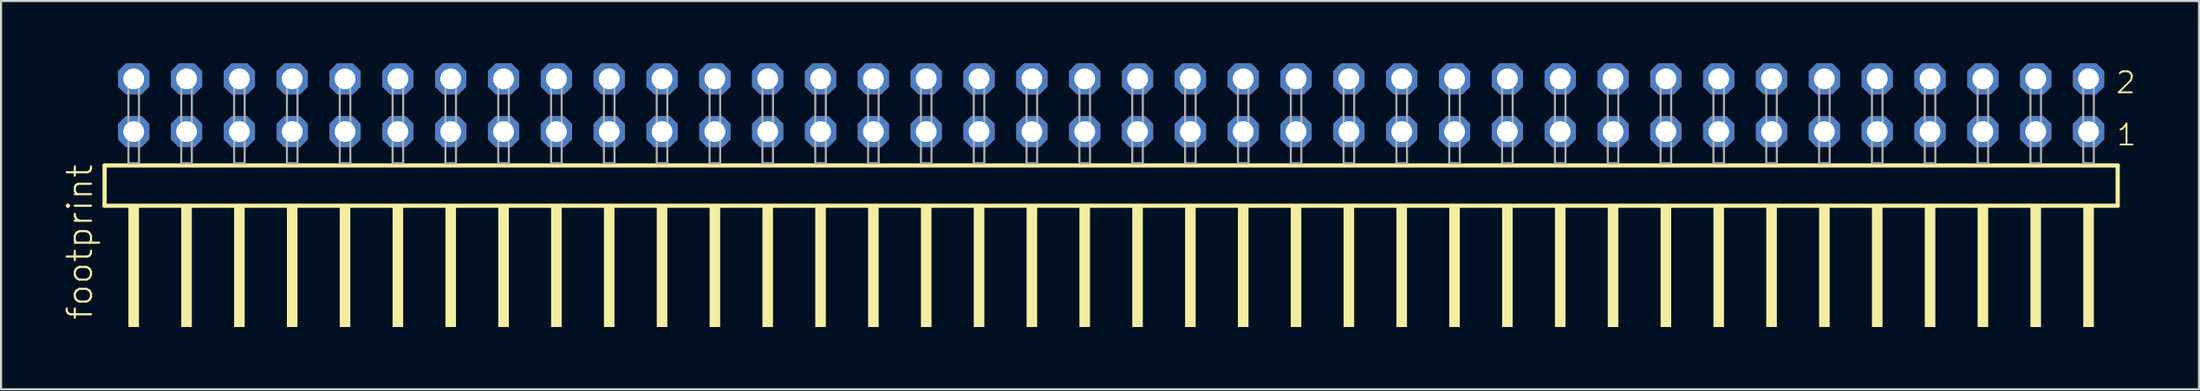
<source format=kicad_pcb>
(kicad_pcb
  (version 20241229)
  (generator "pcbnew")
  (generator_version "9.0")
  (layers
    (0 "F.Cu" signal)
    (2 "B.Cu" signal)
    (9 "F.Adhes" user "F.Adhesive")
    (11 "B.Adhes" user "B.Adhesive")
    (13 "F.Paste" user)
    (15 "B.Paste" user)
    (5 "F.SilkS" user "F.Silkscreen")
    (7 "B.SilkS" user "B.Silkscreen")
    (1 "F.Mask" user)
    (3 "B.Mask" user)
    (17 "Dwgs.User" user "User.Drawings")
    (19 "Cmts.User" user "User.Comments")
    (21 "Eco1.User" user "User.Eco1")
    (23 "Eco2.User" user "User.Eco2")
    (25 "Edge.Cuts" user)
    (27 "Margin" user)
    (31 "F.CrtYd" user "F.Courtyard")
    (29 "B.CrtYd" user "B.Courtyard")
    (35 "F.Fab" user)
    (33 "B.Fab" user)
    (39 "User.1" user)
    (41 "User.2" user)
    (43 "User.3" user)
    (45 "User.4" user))
  (footprint "footprint"
    (layer "F.Cu")
    (at 50.368 4.814)
    (property "Reference" "footprint" (at -48.895 7.62 90) (layer "F.SilkS") (effects (font (size 1.168 1.168) (thickness 0.102)) (justify left bottom)))
    (fp_line (start -48.389 0.106) (end -48.389 2.046) (stroke (width 0.203) (type solid)) (layer "F.SilkS"))
    (fp_line (start -48.389 2.046) (end 48.389 2.046) (stroke (width 0.203) (type solid)) (layer "F.SilkS"))
    (fp_line (start 48.389 0.106) (end -48.389 0.106) (stroke (width 0.203) (type solid)) (layer "F.SilkS"))
    (fp_line (start 48.389 2.046) (end 48.389 0.106) (stroke (width 0.203) (type solid)) (layer "F.SilkS"))
    (fp_poly (pts (xy -47.244 7.89) (xy -46.736 7.89) (xy -46.736 2.04) (xy -47.244 2.04)) (stroke (width 0) (type solid)) (fill yes) (layer "F.SilkS"))
    (fp_poly (pts (xy -44.704 7.89) (xy -44.196 7.89) (xy -44.196 2.04) (xy -44.704 2.04)) (stroke (width 0) (type solid)) (fill yes) (layer "F.SilkS"))
    (fp_poly (pts (xy -42.164 7.89) (xy -41.656 7.89) (xy -41.656 2.04) (xy -42.164 2.04)) (stroke (width 0) (type solid)) (fill yes) (layer "F.SilkS"))
    (fp_poly (pts (xy -39.624 7.89) (xy -39.116 7.89) (xy -39.116 2.04) (xy -39.624 2.04)) (stroke (width 0) (type solid)) (fill yes) (layer "F.SilkS"))
    (fp_poly (pts (xy -37.084 7.89) (xy -36.576 7.89) (xy -36.576 2.04) (xy -37.084 2.04)) (stroke (width 0) (type solid)) (fill yes) (layer "F.SilkS"))
    (fp_poly (pts (xy -34.544 7.89) (xy -34.036 7.89) (xy -34.036 2.04) (xy -34.544 2.04)) (stroke (width 0) (type solid)) (fill yes) (layer "F.SilkS"))
    (fp_poly (pts (xy -32.004 7.89) (xy -31.496 7.89) (xy -31.496 2.04) (xy -32.004 2.04)) (stroke (width 0) (type solid)) (fill yes) (layer "F.SilkS"))
    (fp_poly (pts (xy -29.464 7.89) (xy -28.956 7.89) (xy -28.956 2.04) (xy -29.464 2.04)) (stroke (width 0) (type solid)) (fill yes) (layer "F.SilkS"))
    (fp_poly (pts (xy -26.924 7.89) (xy -26.416 7.89) (xy -26.416 2.04) (xy -26.924 2.04)) (stroke (width 0) (type solid)) (fill yes) (layer "F.SilkS"))
    (fp_poly (pts (xy -24.384 7.89) (xy -23.876 7.89) (xy -23.876 2.04) (xy -24.384 2.04)) (stroke (width 0) (type solid)) (fill yes) (layer "F.SilkS"))
    (fp_poly (pts (xy -21.844 7.89) (xy -21.336 7.89) (xy -21.336 2.04) (xy -21.844 2.04)) (stroke (width 0) (type solid)) (fill yes) (layer "F.SilkS"))
    (fp_poly (pts (xy -19.304 7.89) (xy -18.796 7.89) (xy -18.796 2.04) (xy -19.304 2.04)) (stroke (width 0) (type solid)) (fill yes) (layer "F.SilkS"))
    (fp_poly (pts (xy -16.764 7.89) (xy -16.256 7.89) (xy -16.256 2.04) (xy -16.764 2.04)) (stroke (width 0) (type solid)) (fill yes) (layer "F.SilkS"))
    (fp_poly (pts (xy -14.224 7.89) (xy -13.716 7.89) (xy -13.716 2.04) (xy -14.224 2.04)) (stroke (width 0) (type solid)) (fill yes) (layer "F.SilkS"))
    (fp_poly (pts (xy -11.684 7.89) (xy -11.176 7.89) (xy -11.176 2.04) (xy -11.684 2.04)) (stroke (width 0) (type solid)) (fill yes) (layer "F.SilkS"))
    (fp_poly (pts (xy -9.144 7.89) (xy -8.636 7.89) (xy -8.636 2.04) (xy -9.144 2.04)) (stroke (width 0) (type solid)) (fill yes) (layer "F.SilkS"))
    (fp_poly (pts (xy -6.604 7.89) (xy -6.096 7.89) (xy -6.096 2.04) (xy -6.604 2.04)) (stroke (width 0) (type solid)) (fill yes) (layer "F.SilkS"))
    (fp_poly (pts (xy -4.064 7.89) (xy -3.556 7.89) (xy -3.556 2.04) (xy -4.064 2.04)) (stroke (width 0) (type solid)) (fill yes) (layer "F.SilkS"))
    (fp_poly (pts (xy -1.524 7.89) (xy -1.016 7.89) (xy -1.016 2.04) (xy -1.524 2.04)) (stroke (width 0) (type solid)) (fill yes) (layer "F.SilkS"))
    (fp_poly (pts (xy 1.016 7.89) (xy 1.524 7.89) (xy 1.524 2.04) (xy 1.016 2.04)) (stroke (width 0) (type solid)) (fill yes) (layer "F.SilkS"))
    (fp_poly (pts (xy 3.556 7.89) (xy 4.064 7.89) (xy 4.064 2.04) (xy 3.556 2.04)) (stroke (width 0) (type solid)) (fill yes) (layer "F.SilkS"))
    (fp_poly (pts (xy 6.096 7.89) (xy 6.604 7.89) (xy 6.604 2.04) (xy 6.096 2.04)) (stroke (width 0) (type solid)) (fill yes) (layer "F.SilkS"))
    (fp_poly (pts (xy 8.636 7.89) (xy 9.144 7.89) (xy 9.144 2.04) (xy 8.636 2.04)) (stroke (width 0) (type solid)) (fill yes) (layer "F.SilkS"))
    (fp_poly (pts (xy 11.176 7.89) (xy 11.684 7.89) (xy 11.684 2.04) (xy 11.176 2.04)) (stroke (width 0) (type solid)) (fill yes) (layer "F.SilkS"))
    (fp_poly (pts (xy 13.716 7.89) (xy 14.224 7.89) (xy 14.224 2.04) (xy 13.716 2.04)) (stroke (width 0) (type solid)) (fill yes) (layer "F.SilkS"))
    (fp_poly (pts (xy 16.256 7.89) (xy 16.764 7.89) (xy 16.764 2.04) (xy 16.256 2.04)) (stroke (width 0) (type solid)) (fill yes) (layer "F.SilkS"))
    (fp_poly (pts (xy 18.796 7.89) (xy 19.304 7.89) (xy 19.304 2.04) (xy 18.796 2.04)) (stroke (width 0) (type solid)) (fill yes) (layer "F.SilkS"))
    (fp_poly (pts (xy 21.336 7.89) (xy 21.844 7.89) (xy 21.844 2.04) (xy 21.336 2.04)) (stroke (width 0) (type solid)) (fill yes) (layer "F.SilkS"))
    (fp_poly (pts (xy 23.876 7.89) (xy 24.384 7.89) (xy 24.384 2.04) (xy 23.876 2.04)) (stroke (width 0) (type solid)) (fill yes) (layer "F.SilkS"))
    (fp_poly (pts (xy 26.416 7.89) (xy 26.924 7.89) (xy 26.924 2.04) (xy 26.416 2.04)) (stroke (width 0) (type solid)) (fill yes) (layer "F.SilkS"))
    (fp_poly (pts (xy 28.956 7.89) (xy 29.464 7.89) (xy 29.464 2.04) (xy 28.956 2.04)) (stroke (width 0) (type solid)) (fill yes) (layer "F.SilkS"))
    (fp_poly (pts (xy 31.496 7.89) (xy 32.004 7.89) (xy 32.004 2.04) (xy 31.496 2.04)) (stroke (width 0) (type solid)) (fill yes) (layer "F.SilkS"))
    (fp_poly (pts (xy 34.036 7.89) (xy 34.544 7.89) (xy 34.544 2.04) (xy 34.036 2.04)) (stroke (width 0) (type solid)) (fill yes) (layer "F.SilkS"))
    (fp_poly (pts (xy 36.576 7.89) (xy 37.084 7.89) (xy 37.084 2.04) (xy 36.576 2.04)) (stroke (width 0) (type solid)) (fill yes) (layer "F.SilkS"))
    (fp_poly (pts (xy 39.116 7.89) (xy 39.624 7.89) (xy 39.624 2.04) (xy 39.116 2.04)) (stroke (width 0) (type solid)) (fill yes) (layer "F.SilkS"))
    (fp_poly (pts (xy 41.656 7.89) (xy 42.164 7.89) (xy 42.164 2.04) (xy 41.656 2.04)) (stroke (width 0) (type solid)) (fill yes) (layer "F.SilkS"))
    (fp_poly (pts (xy 44.196 7.89) (xy 44.704 7.89) (xy 44.704 2.04) (xy 44.196 2.04)) (stroke (width 0) (type solid)) (fill yes) (layer "F.SilkS"))
    (fp_poly (pts (xy 46.736 7.89) (xy 47.244 7.89) (xy 47.244 2.04) (xy 46.736 2.04)) (stroke (width 0) (type solid)) (fill yes) (layer "F.SilkS"))
    (fp_poly (pts (xy -47.244 0) (xy -46.736 0) (xy -46.736 -4.318) (xy -47.244 -4.318)) (stroke (width 0.1) (type solid)) (fill no) (layer "F.Fab"))
    (fp_poly (pts (xy -44.704 0) (xy -44.196 0) (xy -44.196 -4.318) (xy -44.704 -4.318)) (stroke (width 0.1) (type solid)) (fill no) (layer "F.Fab"))
    (fp_poly (pts (xy -42.164 0) (xy -41.656 0) (xy -41.656 -4.318) (xy -42.164 -4.318)) (stroke (width 0.1) (type solid)) (fill no) (layer "F.Fab"))
    (fp_poly (pts (xy -39.624 0) (xy -39.116 0) (xy -39.116 -4.318) (xy -39.624 -4.318)) (stroke (width 0.1) (type solid)) (fill no) (layer "F.Fab"))
    (fp_poly (pts (xy -37.084 0) (xy -36.576 0) (xy -36.576 -4.318) (xy -37.084 -4.318)) (stroke (width 0.1) (type solid)) (fill no) (layer "F.Fab"))
    (fp_poly (pts (xy -34.544 0) (xy -34.036 0) (xy -34.036 -4.318) (xy -34.544 -4.318)) (stroke (width 0.1) (type solid)) (fill no) (layer "F.Fab"))
    (fp_poly (pts (xy -32.004 0) (xy -31.496 0) (xy -31.496 -4.318) (xy -32.004 -4.318)) (stroke (width 0.1) (type solid)) (fill no) (layer "F.Fab"))
    (fp_poly (pts (xy -29.464 0) (xy -28.956 0) (xy -28.956 -4.318) (xy -29.464 -4.318)) (stroke (width 0.1) (type solid)) (fill no) (layer "F.Fab"))
    (fp_poly (pts (xy -26.924 0) (xy -26.416 0) (xy -26.416 -4.318) (xy -26.924 -4.318)) (stroke (width 0.1) (type solid)) (fill no) (layer "F.Fab"))
    (fp_poly (pts (xy -24.384 0) (xy -23.876 0) (xy -23.876 -4.318) (xy -24.384 -4.318)) (stroke (width 0.1) (type solid)) (fill no) (layer "F.Fab"))
    (fp_poly (pts (xy -21.844 0) (xy -21.336 0) (xy -21.336 -4.318) (xy -21.844 -4.318)) (stroke (width 0.1) (type solid)) (fill no) (layer "F.Fab"))
    (fp_poly (pts (xy -19.304 0) (xy -18.796 0) (xy -18.796 -4.318) (xy -19.304 -4.318)) (stroke (width 0.1) (type solid)) (fill no) (layer "F.Fab"))
    (fp_poly (pts (xy -16.764 0) (xy -16.256 0) (xy -16.256 -4.318) (xy -16.764 -4.318)) (stroke (width 0.1) (type solid)) (fill no) (layer "F.Fab"))
    (fp_poly (pts (xy -14.224 0) (xy -13.716 0) (xy -13.716 -4.318) (xy -14.224 -4.318)) (stroke (width 0.1) (type solid)) (fill no) (layer "F.Fab"))
    (fp_poly (pts (xy -11.684 0) (xy -11.176 0) (xy -11.176 -4.318) (xy -11.684 -4.318)) (stroke (width 0.1) (type solid)) (fill no) (layer "F.Fab"))
    (fp_poly (pts (xy -9.144 0) (xy -8.636 0) (xy -8.636 -4.318) (xy -9.144 -4.318)) (stroke (width 0.1) (type solid)) (fill no) (layer "F.Fab"))
    (fp_poly (pts (xy -6.604 0) (xy -6.096 0) (xy -6.096 -4.318) (xy -6.604 -4.318)) (stroke (width 0.1) (type solid)) (fill no) (layer "F.Fab"))
    (fp_poly (pts (xy -4.064 0) (xy -3.556 0) (xy -3.556 -4.318) (xy -4.064 -4.318)) (stroke (width 0.1) (type solid)) (fill no) (layer "F.Fab"))
    (fp_poly (pts (xy -1.524 0) (xy -1.016 0) (xy -1.016 -4.318) (xy -1.524 -4.318)) (stroke (width 0.1) (type solid)) (fill no) (layer "F.Fab"))
    (fp_poly (pts (xy 1.016 0) (xy 1.524 0) (xy 1.524 -4.318) (xy 1.016 -4.318)) (stroke (width 0.1) (type solid)) (fill no) (layer "F.Fab"))
    (fp_poly (pts (xy 3.556 0) (xy 4.064 0) (xy 4.064 -4.318) (xy 3.556 -4.318)) (stroke (width 0.1) (type solid)) (fill no) (layer "F.Fab"))
    (fp_poly (pts (xy 6.096 0) (xy 6.604 0) (xy 6.604 -4.318) (xy 6.096 -4.318)) (stroke (width 0.1) (type solid)) (fill no) (layer "F.Fab"))
    (fp_poly (pts (xy 8.636 0) (xy 9.144 0) (xy 9.144 -4.318) (xy 8.636 -4.318)) (stroke (width 0.1) (type solid)) (fill no) (layer "F.Fab"))
    (fp_poly (pts (xy 11.176 0) (xy 11.684 0) (xy 11.684 -4.318) (xy 11.176 -4.318)) (stroke (width 0.1) (type solid)) (fill no) (layer "F.Fab"))
    (fp_poly (pts (xy 13.716 0) (xy 14.224 0) (xy 14.224 -4.318) (xy 13.716 -4.318)) (stroke (width 0.1) (type solid)) (fill no) (layer "F.Fab"))
    (fp_poly (pts (xy 16.256 0) (xy 16.764 0) (xy 16.764 -4.318) (xy 16.256 -4.318)) (stroke (width 0.1) (type solid)) (fill no) (layer "F.Fab"))
    (fp_poly (pts (xy 18.796 0) (xy 19.304 0) (xy 19.304 -4.318) (xy 18.796 -4.318)) (stroke (width 0.1) (type solid)) (fill no) (layer "F.Fab"))
    (fp_poly (pts (xy 21.336 0) (xy 21.844 0) (xy 21.844 -4.318) (xy 21.336 -4.318)) (stroke (width 0.1) (type solid)) (fill no) (layer "F.Fab"))
    (fp_poly (pts (xy 23.876 0) (xy 24.384 0) (xy 24.384 -4.318) (xy 23.876 -4.318)) (stroke (width 0.1) (type solid)) (fill no) (layer "F.Fab"))
    (fp_poly (pts (xy 26.416 0) (xy 26.924 0) (xy 26.924 -4.318) (xy 26.416 -4.318)) (stroke (width 0.1) (type solid)) (fill no) (layer "F.Fab"))
    (fp_poly (pts (xy 28.956 0) (xy 29.464 0) (xy 29.464 -4.318) (xy 28.956 -4.318)) (stroke (width 0.1) (type solid)) (fill no) (layer "F.Fab"))
    (fp_poly (pts (xy 31.496 0) (xy 32.004 0) (xy 32.004 -4.318) (xy 31.496 -4.318)) (stroke (width 0.1) (type solid)) (fill no) (layer "F.Fab"))
    (fp_poly (pts (xy 34.036 0) (xy 34.544 0) (xy 34.544 -4.318) (xy 34.036 -4.318)) (stroke (width 0.1) (type solid)) (fill no) (layer "F.Fab"))
    (fp_poly (pts (xy 36.576 0) (xy 37.084 0) (xy 37.084 -4.318) (xy 36.576 -4.318)) (stroke (width 0.1) (type solid)) (fill no) (layer "F.Fab"))
    (fp_poly (pts (xy 39.116 0) (xy 39.624 0) (xy 39.624 -4.318) (xy 39.116 -4.318)) (stroke (width 0.1) (type solid)) (fill no) (layer "F.Fab"))
    (fp_poly (pts (xy 41.656 0) (xy 42.164 0) (xy 42.164 -4.318) (xy 41.656 -4.318)) (stroke (width 0.1) (type solid)) (fill no) (layer "F.Fab"))
    (fp_poly (pts (xy 44.196 0) (xy 44.704 0) (xy 44.704 -4.318) (xy 44.196 -4.318)) (stroke (width 0.1) (type solid)) (fill no) (layer "F.Fab"))
    (fp_poly (pts (xy 46.736 0) (xy 47.244 0) (xy 47.244 -4.318) (xy 46.736 -4.318)) (stroke (width 0.1) (type solid)) (fill no) (layer "F.Fab"))
    (fp_text user "2" (at 48.24 -3.29 0) (layer "F.SilkS") (effects (font (size 1.012 1.012) (thickness 0.088)) (justify left bottom)))
    (fp_text user "1" (at 48.275 -0.775 0) (layer "F.SilkS") (effects (font (size 1.012 1.012) (thickness 0.088)) (justify left bottom)))
    (pad "1" thru_hole roundrect (at 46.99 -1.524 180) (size 1.5 1.5) (drill 1) (layers "*.Cu" "*.Mask") (roundrect_rratio 0.25) (chamfer_ratio 0.25) (chamfer top_left top_right bottom_left bottom_right))
    (pad "2" thru_hole roundrect (at 46.99 -4.064 180) (size 1.5 1.5) (drill 1) (layers "*.Cu" "*.Mask") (roundrect_rratio 0.25) (chamfer_ratio 0.25) (chamfer top_left top_right bottom_left bottom_right))
    (pad "3" thru_hole roundrect (at 44.45 -1.524 180) (size 1.5 1.5) (drill 1) (layers "*.Cu" "*.Mask") (roundrect_rratio 0.25) (chamfer_ratio 0.25) (chamfer top_left top_right bottom_left bottom_right))
    (pad "4" thru_hole roundrect (at 44.45 -4.064 180) (size 1.5 1.5) (drill 1) (layers "*.Cu" "*.Mask") (roundrect_rratio 0.25) (chamfer_ratio 0.25) (chamfer top_left top_right bottom_left bottom_right))
    (pad "5" thru_hole roundrect (at 41.91 -1.524 180) (size 1.5 1.5) (drill 1) (layers "*.Cu" "*.Mask") (roundrect_rratio 0.25) (chamfer_ratio 0.25) (chamfer top_left top_right bottom_left bottom_right))
    (pad "6" thru_hole roundrect (at 41.91 -4.064 180) (size 1.5 1.5) (drill 1) (layers "*.Cu" "*.Mask") (roundrect_rratio 0.25) (chamfer_ratio 0.25) (chamfer top_left top_right bottom_left bottom_right))
    (pad "7" thru_hole roundrect (at 39.37 -1.524 180) (size 1.5 1.5) (drill 1) (layers "*.Cu" "*.Mask") (roundrect_rratio 0.25) (chamfer_ratio 0.25) (chamfer top_left top_right bottom_left bottom_right))
    (pad "8" thru_hole roundrect (at 39.37 -4.064 180) (size 1.5 1.5) (drill 1) (layers "*.Cu" "*.Mask") (roundrect_rratio 0.25) (chamfer_ratio 0.25) (chamfer top_left top_right bottom_left bottom_right))
    (pad "9" thru_hole roundrect (at 36.83 -1.524 180) (size 1.5 1.5) (drill 1) (layers "*.Cu" "*.Mask") (roundrect_rratio 0.25) (chamfer_ratio 0.25) (chamfer top_left top_right bottom_left bottom_right))
    (pad "10" thru_hole roundrect (at 36.83 -4.064 180) (size 1.5 1.5) (drill 1) (layers "*.Cu" "*.Mask") (roundrect_rratio 0.25) (chamfer_ratio 0.25) (chamfer top_left top_right bottom_left bottom_right))
    (pad "11" thru_hole roundrect (at 34.29 -1.524 180) (size 1.5 1.5) (drill 1) (layers "*.Cu" "*.Mask") (roundrect_rratio 0.25) (chamfer_ratio 0.25) (chamfer top_left top_right bottom_left bottom_right))
    (pad "12" thru_hole roundrect (at 34.29 -4.064 180) (size 1.5 1.5) (drill 1) (layers "*.Cu" "*.Mask") (roundrect_rratio 0.25) (chamfer_ratio 0.25) (chamfer top_left top_right bottom_left bottom_right))
    (pad "13" thru_hole roundrect (at 31.75 -1.524 180) (size 1.5 1.5) (drill 1) (layers "*.Cu" "*.Mask") (roundrect_rratio 0.25) (chamfer_ratio 0.25) (chamfer top_left top_right bottom_left bottom_right))
    (pad "14" thru_hole roundrect (at 31.75 -4.064 180) (size 1.5 1.5) (drill 1) (layers "*.Cu" "*.Mask") (roundrect_rratio 0.25) (chamfer_ratio 0.25) (chamfer top_left top_right bottom_left bottom_right))
    (pad "15" thru_hole roundrect (at 29.21 -1.524 180) (size 1.5 1.5) (drill 1) (layers "*.Cu" "*.Mask") (roundrect_rratio 0.25) (chamfer_ratio 0.25) (chamfer top_left top_right bottom_left bottom_right))
    (pad "16" thru_hole roundrect (at 29.21 -4.064 180) (size 1.5 1.5) (drill 1) (layers "*.Cu" "*.Mask") (roundrect_rratio 0.25) (chamfer_ratio 0.25) (chamfer top_left top_right bottom_left bottom_right))
    (pad "17" thru_hole roundrect (at 26.67 -1.524 180) (size 1.5 1.5) (drill 1) (layers "*.Cu" "*.Mask") (roundrect_rratio 0.25) (chamfer_ratio 0.25) (chamfer top_left top_right bottom_left bottom_right))
    (pad "18" thru_hole roundrect (at 26.67 -4.064 180) (size 1.5 1.5) (drill 1) (layers "*.Cu" "*.Mask") (roundrect_rratio 0.25) (chamfer_ratio 0.25) (chamfer top_left top_right bottom_left bottom_right))
    (pad "19" thru_hole roundrect (at 24.13 -1.524 180) (size 1.5 1.5) (drill 1) (layers "*.Cu" "*.Mask") (roundrect_rratio 0.25) (chamfer_ratio 0.25) (chamfer top_left top_right bottom_left bottom_right))
    (pad "20" thru_hole roundrect (at 24.13 -4.064 180) (size 1.5 1.5) (drill 1) (layers "*.Cu" "*.Mask") (roundrect_rratio 0.25) (chamfer_ratio 0.25) (chamfer top_left top_right bottom_left bottom_right))
    (pad "21" thru_hole roundrect (at 21.59 -1.524 180) (size 1.5 1.5) (drill 1) (layers "*.Cu" "*.Mask") (roundrect_rratio 0.25) (chamfer_ratio 0.25) (chamfer top_left top_right bottom_left bottom_right))
    (pad "22" thru_hole roundrect (at 21.59 -4.064 180) (size 1.5 1.5) (drill 1) (layers "*.Cu" "*.Mask") (roundrect_rratio 0.25) (chamfer_ratio 0.25) (chamfer top_left top_right bottom_left bottom_right))
    (pad "23" thru_hole roundrect (at 19.05 -1.524 180) (size 1.5 1.5) (drill 1) (layers "*.Cu" "*.Mask") (roundrect_rratio 0.25) (chamfer_ratio 0.25) (chamfer top_left top_right bottom_left bottom_right))
    (pad "24" thru_hole roundrect (at 19.05 -4.064 180) (size 1.5 1.5) (drill 1) (layers "*.Cu" "*.Mask") (roundrect_rratio 0.25) (chamfer_ratio 0.25) (chamfer top_left top_right bottom_left bottom_right))
    (pad "25" thru_hole roundrect (at 16.51 -1.524 180) (size 1.5 1.5) (drill 1) (layers "*.Cu" "*.Mask") (roundrect_rratio 0.25) (chamfer_ratio 0.25) (chamfer top_left top_right bottom_left bottom_right))
    (pad "26" thru_hole roundrect (at 16.51 -4.064 180) (size 1.5 1.5) (drill 1) (layers "*.Cu" "*.Mask") (roundrect_rratio 0.25) (chamfer_ratio 0.25) (chamfer top_left top_right bottom_left bottom_right))
    (pad "27" thru_hole roundrect (at 13.97 -1.524 180) (size 1.5 1.5) (drill 1) (layers "*.Cu" "*.Mask") (roundrect_rratio 0.25) (chamfer_ratio 0.25) (chamfer top_left top_right bottom_left bottom_right))
    (pad "28" thru_hole roundrect (at 13.97 -4.064 180) (size 1.5 1.5) (drill 1) (layers "*.Cu" "*.Mask") (roundrect_rratio 0.25) (chamfer_ratio 0.25) (chamfer top_left top_right bottom_left bottom_right))
    (pad "29" thru_hole roundrect (at 11.43 -1.524 180) (size 1.5 1.5) (drill 1) (layers "*.Cu" "*.Mask") (roundrect_rratio 0.25) (chamfer_ratio 0.25) (chamfer top_left top_right bottom_left bottom_right))
    (pad "30" thru_hole roundrect (at 11.43 -4.064 180) (size 1.5 1.5) (drill 1) (layers "*.Cu" "*.Mask") (roundrect_rratio 0.25) (chamfer_ratio 0.25) (chamfer top_left top_right bottom_left bottom_right))
    (pad "31" thru_hole roundrect (at 8.89 -1.524 180) (size 1.5 1.5) (drill 1) (layers "*.Cu" "*.Mask") (roundrect_rratio 0.25) (chamfer_ratio 0.25) (chamfer top_left top_right bottom_left bottom_right))
    (pad "32" thru_hole roundrect (at 8.89 -4.064 180) (size 1.5 1.5) (drill 1) (layers "*.Cu" "*.Mask") (roundrect_rratio 0.25) (chamfer_ratio 0.25) (chamfer top_left top_right bottom_left bottom_right))
    (pad "33" thru_hole roundrect (at 6.35 -1.524 180) (size 1.5 1.5) (drill 1) (layers "*.Cu" "*.Mask") (roundrect_rratio 0.25) (chamfer_ratio 0.25) (chamfer top_left top_right bottom_left bottom_right))
    (pad "34" thru_hole roundrect (at 6.35 -4.064 180) (size 1.5 1.5) (drill 1) (layers "*.Cu" "*.Mask") (roundrect_rratio 0.25) (chamfer_ratio 0.25) (chamfer top_left top_right bottom_left bottom_right))
    (pad "35" thru_hole roundrect (at 3.81 -1.524 180) (size 1.5 1.5) (drill 1) (layers "*.Cu" "*.Mask") (roundrect_rratio 0.25) (chamfer_ratio 0.25) (chamfer top_left top_right bottom_left bottom_right))
    (pad "36" thru_hole roundrect (at 3.81 -4.064 180) (size 1.5 1.5) (drill 1) (layers "*.Cu" "*.Mask") (roundrect_rratio 0.25) (chamfer_ratio 0.25) (chamfer top_left top_right bottom_left bottom_right))
    (pad "37" thru_hole roundrect (at 1.27 -1.524 180) (size 1.5 1.5) (drill 1) (layers "*.Cu" "*.Mask") (roundrect_rratio 0.25) (chamfer_ratio 0.25) (chamfer top_left top_right bottom_left bottom_right))
    (pad "38" thru_hole roundrect (at 1.27 -4.064 180) (size 1.5 1.5) (drill 1) (layers "*.Cu" "*.Mask") (roundrect_rratio 0.25) (chamfer_ratio 0.25) (chamfer top_left top_right bottom_left bottom_right))
    (pad "39" thru_hole roundrect (at -1.27 -1.524 180) (size 1.5 1.5) (drill 1) (layers "*.Cu" "*.Mask") (roundrect_rratio 0.25) (chamfer_ratio 0.25) (chamfer top_left top_right bottom_left bottom_right))
    (pad "40" thru_hole roundrect (at -1.27 -4.064 180) (size 1.5 1.5) (drill 1) (layers "*.Cu" "*.Mask") (roundrect_rratio 0.25) (chamfer_ratio 0.25) (chamfer top_left top_right bottom_left bottom_right))
    (pad "41" thru_hole roundrect (at -3.81 -1.524 180) (size 1.5 1.5) (drill 1) (layers "*.Cu" "*.Mask") (roundrect_rratio 0.25) (chamfer_ratio 0.25) (chamfer top_left top_right bottom_left bottom_right))
    (pad "42" thru_hole roundrect (at -3.81 -4.064 180) (size 1.5 1.5) (drill 1) (layers "*.Cu" "*.Mask") (roundrect_rratio 0.25) (chamfer_ratio 0.25) (chamfer top_left top_right bottom_left bottom_right))
    (pad "43" thru_hole roundrect (at -6.35 -1.524 180) (size 1.5 1.5) (drill 1) (layers "*.Cu" "*.Mask") (roundrect_rratio 0.25) (chamfer_ratio 0.25) (chamfer top_left top_right bottom_left bottom_right))
    (pad "44" thru_hole roundrect (at -6.35 -4.064 180) (size 1.5 1.5) (drill 1) (layers "*.Cu" "*.Mask") (roundrect_rratio 0.25) (chamfer_ratio 0.25) (chamfer top_left top_right bottom_left bottom_right))
    (pad "45" thru_hole roundrect (at -8.89 -1.524 180) (size 1.5 1.5) (drill 1) (layers "*.Cu" "*.Mask") (roundrect_rratio 0.25) (chamfer_ratio 0.25) (chamfer top_left top_right bottom_left bottom_right))
    (pad "46" thru_hole roundrect (at -8.89 -4.064 180) (size 1.5 1.5) (drill 1) (layers "*.Cu" "*.Mask") (roundrect_rratio 0.25) (chamfer_ratio 0.25) (chamfer top_left top_right bottom_left bottom_right))
    (pad "47" thru_hole roundrect (at -11.43 -1.524 180) (size 1.5 1.5) (drill 1) (layers "*.Cu" "*.Mask") (roundrect_rratio 0.25) (chamfer_ratio 0.25) (chamfer top_left top_right bottom_left bottom_right))
    (pad "48" thru_hole roundrect (at -11.43 -4.064 180) (size 1.5 1.5) (drill 1) (layers "*.Cu" "*.Mask") (roundrect_rratio 0.25) (chamfer_ratio 0.25) (chamfer top_left top_right bottom_left bottom_right))
    (pad "49" thru_hole roundrect (at -13.97 -1.524 180) (size 1.5 1.5) (drill 1) (layers "*.Cu" "*.Mask") (roundrect_rratio 0.25) (chamfer_ratio 0.25) (chamfer top_left top_right bottom_left bottom_right))
    (pad "50" thru_hole roundrect (at -13.97 -4.064 180) (size 1.5 1.5) (drill 1) (layers "*.Cu" "*.Mask") (roundrect_rratio 0.25) (chamfer_ratio 0.25) (chamfer top_left top_right bottom_left bottom_right))
    (pad "51" thru_hole roundrect (at -16.51 -1.524 180) (size 1.5 1.5) (drill 1) (layers "*.Cu" "*.Mask") (roundrect_rratio 0.25) (chamfer_ratio 0.25) (chamfer top_left top_right bottom_left bottom_right))
    (pad "52" thru_hole roundrect (at -16.51 -4.064 180) (size 1.5 1.5) (drill 1) (layers "*.Cu" "*.Mask") (roundrect_rratio 0.25) (chamfer_ratio 0.25) (chamfer top_left top_right bottom_left bottom_right))
    (pad "53" thru_hole roundrect (at -19.05 -1.524 180) (size 1.5 1.5) (drill 1) (layers "*.Cu" "*.Mask") (roundrect_rratio 0.25) (chamfer_ratio 0.25) (chamfer top_left top_right bottom_left bottom_right))
    (pad "54" thru_hole roundrect (at -19.05 -4.064 180) (size 1.5 1.5) (drill 1) (layers "*.Cu" "*.Mask") (roundrect_rratio 0.25) (chamfer_ratio 0.25) (chamfer top_left top_right bottom_left bottom_right))
    (pad "55" thru_hole roundrect (at -21.59 -1.524 180) (size 1.5 1.5) (drill 1) (layers "*.Cu" "*.Mask") (roundrect_rratio 0.25) (chamfer_ratio 0.25) (chamfer top_left top_right bottom_left bottom_right))
    (pad "56" thru_hole roundrect (at -21.59 -4.064 180) (size 1.5 1.5) (drill 1) (layers "*.Cu" "*.Mask") (roundrect_rratio 0.25) (chamfer_ratio 0.25) (chamfer top_left top_right bottom_left bottom_right))
    (pad "57" thru_hole roundrect (at -24.13 -1.524 180) (size 1.5 1.5) (drill 1) (layers "*.Cu" "*.Mask") (roundrect_rratio 0.25) (chamfer_ratio 0.25) (chamfer top_left top_right bottom_left bottom_right))
    (pad "58" thru_hole roundrect (at -24.13 -4.064 180) (size 1.5 1.5) (drill 1) (layers "*.Cu" "*.Mask") (roundrect_rratio 0.25) (chamfer_ratio 0.25) (chamfer top_left top_right bottom_left bottom_right))
    (pad "59" thru_hole roundrect (at -26.67 -1.524 180) (size 1.5 1.5) (drill 1) (layers "*.Cu" "*.Mask") (roundrect_rratio 0.25) (chamfer_ratio 0.25) (chamfer top_left top_right bottom_left bottom_right))
    (pad "60" thru_hole roundrect (at -26.67 -4.064 180) (size 1.5 1.5) (drill 1) (layers "*.Cu" "*.Mask") (roundrect_rratio 0.25) (chamfer_ratio 0.25) (chamfer top_left top_right bottom_left bottom_right))
    (pad "61" thru_hole roundrect (at -29.21 -1.524 180) (size 1.5 1.5) (drill 1) (layers "*.Cu" "*.Mask") (roundrect_rratio 0.25) (chamfer_ratio 0.25) (chamfer top_left top_right bottom_left bottom_right))
    (pad "62" thru_hole roundrect (at -29.21 -4.064 180) (size 1.5 1.5) (drill 1) (layers "*.Cu" "*.Mask") (roundrect_rratio 0.25) (chamfer_ratio 0.25) (chamfer top_left top_right bottom_left bottom_right))
    (pad "63" thru_hole roundrect (at -31.75 -1.524 180) (size 1.5 1.5) (drill 1) (layers "*.Cu" "*.Mask") (roundrect_rratio 0.25) (chamfer_ratio 0.25) (chamfer top_left top_right bottom_left bottom_right))
    (pad "64" thru_hole roundrect (at -31.75 -4.064 180) (size 1.5 1.5) (drill 1) (layers "*.Cu" "*.Mask") (roundrect_rratio 0.25) (chamfer_ratio 0.25) (chamfer top_left top_right bottom_left bottom_right))
    (pad "65" thru_hole roundrect (at -34.29 -1.524 180) (size 1.5 1.5) (drill 1) (layers "*.Cu" "*.Mask") (roundrect_rratio 0.25) (chamfer_ratio 0.25) (chamfer top_left top_right bottom_left bottom_right))
    (pad "66" thru_hole roundrect (at -34.29 -4.064 180) (size 1.5 1.5) (drill 1) (layers "*.Cu" "*.Mask") (roundrect_rratio 0.25) (chamfer_ratio 0.25) (chamfer top_left top_right bottom_left bottom_right))
    (pad "67" thru_hole roundrect (at -36.83 -1.524 180) (size 1.5 1.5) (drill 1) (layers "*.Cu" "*.Mask") (roundrect_rratio 0.25) (chamfer_ratio 0.25) (chamfer top_left top_right bottom_left bottom_right))
    (pad "68" thru_hole roundrect (at -36.83 -4.064 180) (size 1.5 1.5) (drill 1) (layers "*.Cu" "*.Mask") (roundrect_rratio 0.25) (chamfer_ratio 0.25) (chamfer top_left top_right bottom_left bottom_right))
    (pad "69" thru_hole roundrect (at -39.37 -1.524 180) (size 1.5 1.5) (drill 1) (layers "*.Cu" "*.Mask") (roundrect_rratio 0.25) (chamfer_ratio 0.25) (chamfer top_left top_right bottom_left bottom_right))
    (pad "70" thru_hole roundrect (at -39.37 -4.064 180) (size 1.5 1.5) (drill 1) (layers "*.Cu" "*.Mask") (roundrect_rratio 0.25) (chamfer_ratio 0.25) (chamfer top_left top_right bottom_left bottom_right))
    (pad "71" thru_hole roundrect (at -41.91 -1.524 180) (size 1.5 1.5) (drill 1) (layers "*.Cu" "*.Mask") (roundrect_rratio 0.25) (chamfer_ratio 0.25) (chamfer top_left top_right bottom_left bottom_right))
    (pad "72" thru_hole roundrect (at -41.91 -4.064 180) (size 1.5 1.5) (drill 1) (layers "*.Cu" "*.Mask") (roundrect_rratio 0.25) (chamfer_ratio 0.25) (chamfer top_left top_right bottom_left bottom_right))
    (pad "73" thru_hole roundrect (at -44.45 -1.524 180) (size 1.5 1.5) (drill 1) (layers "*.Cu" "*.Mask") (roundrect_rratio 0.25) (chamfer_ratio 0.25) (chamfer top_left top_right bottom_left bottom_right))
    (pad "74" thru_hole roundrect (at -44.45 -4.064 180) (size 1.5 1.5) (drill 1) (layers "*.Cu" "*.Mask") (roundrect_rratio 0.25) (chamfer_ratio 0.25) (chamfer top_left top_right bottom_left bottom_right))
    (pad "75" thru_hole roundrect (at -46.99 -1.524 180) (size 1.5 1.5) (drill 1) (layers "*.Cu" "*.Mask") (roundrect_rratio 0.25) (chamfer_ratio 0.25) (chamfer top_left top_right bottom_left bottom_right))
    (pad "76" thru_hole roundrect (at -46.99 -4.064 180) (size 1.5 1.5) (drill 1) (layers "*.Cu" "*.Mask") (roundrect_rratio 0.25) (chamfer_ratio 0.25) (chamfer top_left top_right bottom_left bottom_right)))
  (gr_rect
    (start -3 -3)
    (end 102.669 15.704)
    (stroke (width 0.1) (type default))
    (fill no)
    (layer "Edge.Cuts")))
</source>
